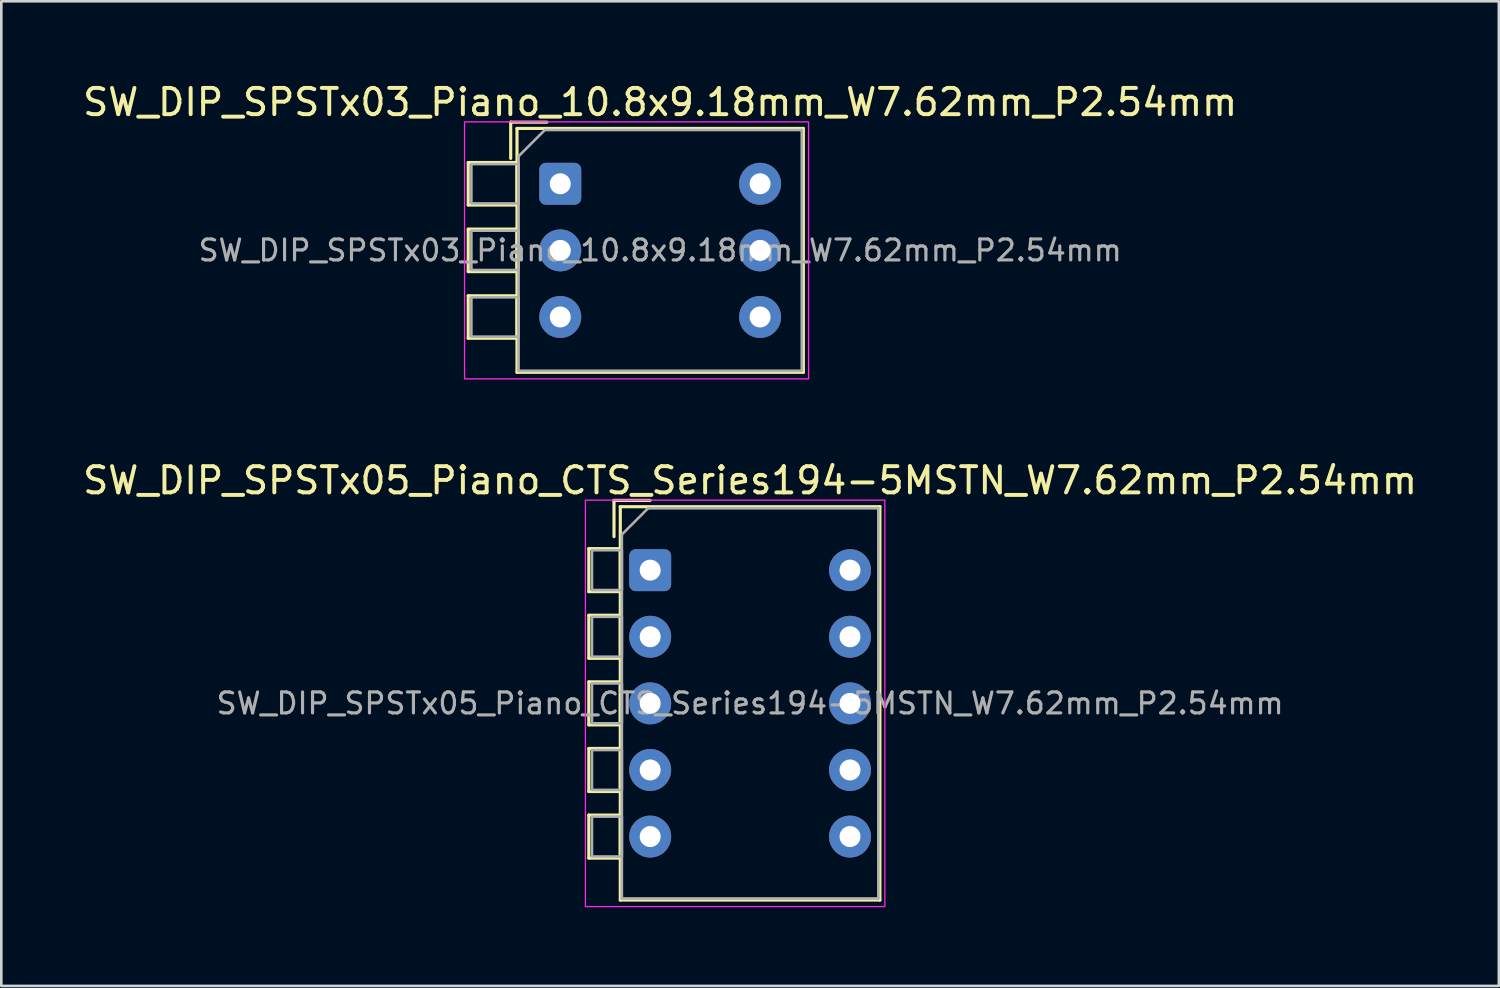
<source format=kicad_pcb>
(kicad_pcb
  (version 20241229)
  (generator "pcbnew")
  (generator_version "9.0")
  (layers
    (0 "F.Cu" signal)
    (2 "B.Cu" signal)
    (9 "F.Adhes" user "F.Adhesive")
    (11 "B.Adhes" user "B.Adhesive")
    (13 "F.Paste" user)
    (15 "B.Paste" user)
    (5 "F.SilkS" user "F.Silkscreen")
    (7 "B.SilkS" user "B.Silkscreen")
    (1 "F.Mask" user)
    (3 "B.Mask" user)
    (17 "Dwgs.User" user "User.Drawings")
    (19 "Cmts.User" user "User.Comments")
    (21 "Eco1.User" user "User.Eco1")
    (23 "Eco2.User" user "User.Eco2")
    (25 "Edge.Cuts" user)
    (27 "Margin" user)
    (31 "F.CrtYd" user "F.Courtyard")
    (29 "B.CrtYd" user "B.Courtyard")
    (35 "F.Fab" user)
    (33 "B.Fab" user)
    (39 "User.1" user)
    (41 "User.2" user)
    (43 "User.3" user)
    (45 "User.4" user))
  (footprint "SW_DIP_SPSTx05_Piano_CTS_Series194-5MSTN_W7.62mm_P2.54mm"
    (layer "F.Cu")
    (at 21.744 18.692)
    (property "Reference" "SW_DIP_SPSTx05_Piano_CTS_Series194-5MSTN_W7.62mm_P2.54mm" (at 3.81 -3.42 0) (layer "F.SilkS") (effects (font (size 1 1) (thickness 0.15))))
    (attr through_hole)
    (fp_line (start -2.34 -0.82) (end -2.34 0.82) (stroke (width 0.12) (type solid)) (layer "F.SilkS"))
    (fp_line (start -2.34 -0.82) (end -1.14 -0.82) (stroke (width 0.12) (type solid)) (layer "F.SilkS"))
    (fp_line (start -2.34 0.82) (end -1.14 0.82) (stroke (width 0.12) (type solid)) (layer "F.SilkS"))
    (fp_line (start -2.34 1.72) (end -2.34 3.36) (stroke (width 0.12) (type solid)) (layer "F.SilkS"))
    (fp_line (start -2.34 1.72) (end -1.14 1.72) (stroke (width 0.12) (type solid)) (layer "F.SilkS"))
    (fp_line (start -2.34 3.36) (end -1.14 3.36) (stroke (width 0.12) (type solid)) (layer "F.SilkS"))
    (fp_line (start -2.34 4.26) (end -2.34 5.9) (stroke (width 0.12) (type solid)) (layer "F.SilkS"))
    (fp_line (start -2.34 4.26) (end -1.14 4.26) (stroke (width 0.12) (type solid)) (layer "F.SilkS"))
    (fp_line (start -2.34 5.9) (end -1.14 5.9) (stroke (width 0.12) (type solid)) (layer "F.SilkS"))
    (fp_line (start -2.34 6.8) (end -2.34 8.44) (stroke (width 0.12) (type solid)) (layer "F.SilkS"))
    (fp_line (start -2.34 6.8) (end -1.14 6.8) (stroke (width 0.12) (type solid)) (layer "F.SilkS"))
    (fp_line (start -2.34 8.44) (end -1.14 8.44) (stroke (width 0.12) (type solid)) (layer "F.SilkS"))
    (fp_line (start -2.34 9.34) (end -2.34 10.98) (stroke (width 0.12) (type solid)) (layer "F.SilkS"))
    (fp_line (start -2.34 9.34) (end -1.14 9.34) (stroke (width 0.12) (type solid)) (layer "F.SilkS"))
    (fp_line (start -2.34 10.98) (end -1.14 10.98) (stroke (width 0.12) (type solid)) (layer "F.SilkS"))
    (fp_line (start -1.38 -2.66) (end -1.38 -1.277) (stroke (width 0.12) (type solid)) (layer "F.SilkS"))
    (fp_line (start -1.38 -2.66) (end 0.003 -2.66) (stroke (width 0.12) (type solid)) (layer "F.SilkS"))
    (fp_line (start -1.14 -2.42) (end -1.14 12.58) (stroke (width 0.12) (type solid)) (layer "F.SilkS"))
    (fp_line (start -1.14 -2.42) (end 8.76 -2.42) (stroke (width 0.12) (type solid)) (layer "F.SilkS"))
    (fp_line (start -1.14 -0.82) (end -1.14 0.82) (stroke (width 0.12) (type solid)) (layer "F.SilkS"))
    (fp_line (start -1.14 1.72) (end -1.14 3.36) (stroke (width 0.12) (type solid)) (layer "F.SilkS"))
    (fp_line (start -1.14 4.26) (end -1.14 5.9) (stroke (width 0.12) (type solid)) (layer "F.SilkS"))
    (fp_line (start -1.14 6.8) (end -1.14 8.44) (stroke (width 0.12) (type solid)) (layer "F.SilkS"))
    (fp_line (start -1.14 9.34) (end -1.14 10.98) (stroke (width 0.12) (type solid)) (layer "F.SilkS"))
    (fp_line (start -1.14 12.58) (end 8.76 12.58) (stroke (width 0.12) (type solid)) (layer "F.SilkS"))
    (fp_line (start 8.76 -2.42) (end 8.76 12.58) (stroke (width 0.12) (type solid)) (layer "F.SilkS"))
    (fp_rect (start -2.47 -2.67) (end 8.95 12.83) (stroke (width 0.05) (type solid)) (fill no) (layer "F.CrtYd"))
    (fp_line (start -1.08 -1.36) (end -0.08 -2.36) (stroke (width 0.1) (type solid)) (layer "F.Fab"))
    (fp_line (start -1.08 12.52) (end -1.08 -1.36) (stroke (width 0.1) (type solid)) (layer "F.Fab"))
    (fp_line (start -0.08 -2.36) (end 8.7 -2.36) (stroke (width 0.1) (type solid)) (layer "F.Fab"))
    (fp_line (start 8.7 -2.36) (end 8.7 12.52) (stroke (width 0.1) (type solid)) (layer "F.Fab"))
    (fp_line (start 8.7 12.52) (end -1.08 12.52) (stroke (width 0.1) (type solid)) (layer "F.Fab"))
    (fp_rect (start -1.08 -0.76) (end -2.22 0.76) (stroke (width 0.1) (type solid)) (fill no) (layer "F.Fab"))
    (fp_rect (start -1.08 1.78) (end -2.22 3.3) (stroke (width 0.1) (type solid)) (fill no) (layer "F.Fab"))
    (fp_rect (start -1.08 4.32) (end -2.22 5.84) (stroke (width 0.1) (type solid)) (fill no) (layer "F.Fab"))
    (fp_rect (start -1.08 6.86) (end -2.22 8.38) (stroke (width 0.1) (type solid)) (fill no) (layer "F.Fab"))
    (fp_rect (start -1.08 9.4) (end -2.22 10.92) (stroke (width 0.1) (type solid)) (fill no) (layer "F.Fab"))
    (fp_text user "${REFERENCE}" (at 3.81 5.08 0) (layer "F.Fab") (effects (font (size 0.8 0.8) (thickness 0.12))))
    (pad "1" thru_hole roundrect (at 0 0) (size 1.6 1.6) (drill 0.8) (layers "*.Cu" "*.Mask") (roundrect_rratio 0.156))
    (pad "2" thru_hole circle (at 0 2.54) (size 1.6 1.6) (drill 0.8) (layers "*.Cu" "*.Mask"))
    (pad "3" thru_hole circle (at 0 5.08) (size 1.6 1.6) (drill 0.8) (layers "*.Cu" "*.Mask"))
    (pad "4" thru_hole circle (at 0 7.62) (size 1.6 1.6) (drill 0.8) (layers "*.Cu" "*.Mask"))
    (pad "5" thru_hole circle (at 0 10.16) (size 1.6 1.6) (drill 0.8) (layers "*.Cu" "*.Mask"))
    (pad "6" thru_hole circle (at 7.62 10.16) (size 1.6 1.6) (drill 0.8) (layers "*.Cu" "*.Mask"))
    (pad "7" thru_hole circle (at 7.62 7.62) (size 1.6 1.6) (drill 0.8) (layers "*.Cu" "*.Mask"))
    (pad "8" thru_hole circle (at 7.62 5.08) (size 1.6 1.6) (drill 0.8) (layers "*.Cu" "*.Mask"))
    (pad "9" thru_hole circle (at 7.62 2.54) (size 1.6 1.6) (drill 0.8) (layers "*.Cu" "*.Mask"))
    (pad "10" thru_hole circle (at 7.62 0) (size 1.6 1.6) (drill 0.8) (layers "*.Cu" "*.Mask")))
  (footprint "SW_DIP_SPSTx03_Piano_10.8x9.18mm_W7.62mm_P2.54mm"
    (layer "F.Cu")
    (at 18.315 3.958)
    (property "Reference" "SW_DIP_SPSTx03_Piano_10.8x9.18mm_W7.62mm_P2.54mm" (at 3.81 -3.11 0) (layer "F.SilkS") (effects (font (size 1 1) (thickness 0.15))))
    (attr through_hole)
    (fp_line (start -3.51 -0.81) (end -3.51 0.81) (stroke (width 0.12) (type solid)) (layer "F.SilkS"))
    (fp_line (start -3.51 -0.81) (end -1.65 -0.81) (stroke (width 0.12) (type solid)) (layer "F.SilkS"))
    (fp_line (start -3.51 0.81) (end -1.65 0.81) (stroke (width 0.12) (type solid)) (layer "F.SilkS"))
    (fp_line (start -3.51 1.73) (end -3.51 3.35) (stroke (width 0.12) (type solid)) (layer "F.SilkS"))
    (fp_line (start -3.51 1.73) (end -1.65 1.73) (stroke (width 0.12) (type solid)) (layer "F.SilkS"))
    (fp_line (start -3.51 3.35) (end -1.65 3.35) (stroke (width 0.12) (type solid)) (layer "F.SilkS"))
    (fp_line (start -3.51 4.27) (end -3.51 5.89) (stroke (width 0.12) (type solid)) (layer "F.SilkS"))
    (fp_line (start -3.51 4.27) (end -1.65 4.27) (stroke (width 0.12) (type solid)) (layer "F.SilkS"))
    (fp_line (start -3.51 5.89) (end -1.65 5.89) (stroke (width 0.12) (type solid)) (layer "F.SilkS"))
    (fp_line (start -1.89 -2.35) (end -1.89 -0.967) (stroke (width 0.12) (type solid)) (layer "F.SilkS"))
    (fp_line (start -1.89 -2.35) (end -0.507 -2.35) (stroke (width 0.12) (type solid)) (layer "F.SilkS"))
    (fp_line (start -1.65 -2.11) (end -1.65 7.19) (stroke (width 0.12) (type solid)) (layer "F.SilkS"))
    (fp_line (start -1.65 -2.11) (end 9.27 -2.11) (stroke (width 0.12) (type solid)) (layer "F.SilkS"))
    (fp_line (start -1.65 -0.81) (end -1.65 0.81) (stroke (width 0.12) (type solid)) (layer "F.SilkS"))
    (fp_line (start -1.65 1.73) (end -1.65 3.35) (stroke (width 0.12) (type solid)) (layer "F.SilkS"))
    (fp_line (start -1.65 4.27) (end -1.65 5.89) (stroke (width 0.12) (type solid)) (layer "F.SilkS"))
    (fp_line (start -1.65 7.19) (end 9.27 7.19) (stroke (width 0.12) (type solid)) (layer "F.SilkS"))
    (fp_line (start 9.27 -2.11) (end 9.27 7.19) (stroke (width 0.12) (type solid)) (layer "F.SilkS"))
    (fp_rect (start -3.65 -2.36) (end 9.47 7.44) (stroke (width 0.05) (type solid)) (fill no) (layer "F.CrtYd"))
    (fp_line (start -1.59 -1.05) (end -0.59 -2.05) (stroke (width 0.1) (type solid)) (layer "F.Fab"))
    (fp_line (start -1.59 7.13) (end -1.59 -1.05) (stroke (width 0.1) (type solid)) (layer "F.Fab"))
    (fp_line (start -0.59 -2.05) (end 9.21 -2.05) (stroke (width 0.1) (type solid)) (layer "F.Fab"))
    (fp_line (start 9.21 -2.05) (end 9.21 7.13) (stroke (width 0.1) (type solid)) (layer "F.Fab"))
    (fp_line (start 9.21 7.13) (end -1.59 7.13) (stroke (width 0.1) (type solid)) (layer "F.Fab"))
    (fp_rect (start -1.59 -0.75) (end -3.39 0.75) (stroke (width 0.1) (type solid)) (fill no) (layer "F.Fab"))
    (fp_rect (start -1.59 1.79) (end -3.39 3.29) (stroke (width 0.1) (type solid)) (fill no) (layer "F.Fab"))
    (fp_rect (start -1.59 4.33) (end -3.39 5.83) (stroke (width 0.1) (type solid)) (fill no) (layer "F.Fab"))
    (fp_text user "${REFERENCE}" (at 3.81 2.54 0) (layer "F.Fab") (effects (font (size 0.8 0.8) (thickness 0.12))))
    (pad "1" thru_hole roundrect (at 0 0) (size 1.6 1.6) (drill 0.8) (layers "*.Cu" "*.Mask") (roundrect_rratio 0.156))
    (pad "2" thru_hole circle (at 0 2.54) (size 1.6 1.6) (drill 0.8) (layers "*.Cu" "*.Mask"))
    (pad "3" thru_hole circle (at 0 5.08) (size 1.6 1.6) (drill 0.8) (layers "*.Cu" "*.Mask"))
    (pad "4" thru_hole circle (at 7.62 5.08) (size 1.6 1.6) (drill 0.8) (layers "*.Cu" "*.Mask"))
    (pad "5" thru_hole circle (at 7.62 2.54) (size 1.6 1.6) (drill 0.8) (layers "*.Cu" "*.Mask"))
    (pad "6" thru_hole circle (at 7.62 0) (size 1.6 1.6) (drill 0.8) (layers "*.Cu" "*.Mask")))
  (gr_rect
    (start -3 -3)
    (end 54.107 34.547)
    (stroke (width 0.1) (type default))
    (fill no)
    (layer "Edge.Cuts")))
</source>
